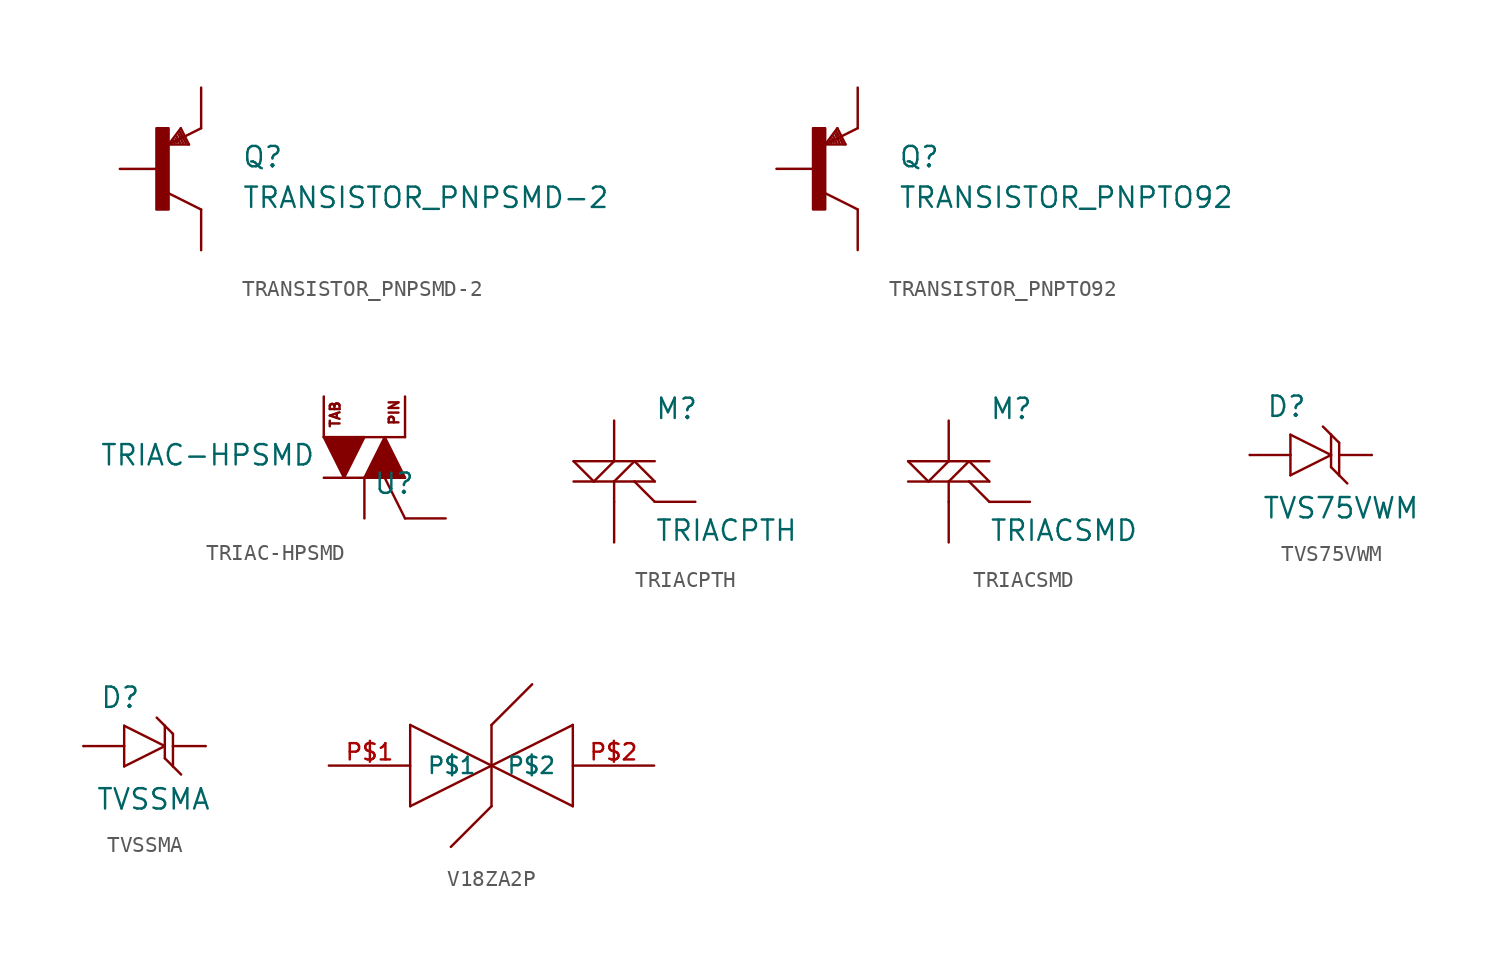
<source format=kicad_sym>
(kicad_symbol_lib
  (version 20211014)
  (generator kicad_symbol_editor)
  (symbol "TRANSISTOR_PNPSMD-2"
    (pin_numbers hide)
    (pin_names
      (offset 1.016) hide)
    (property "Reference" "Q"
      (at 5.08 0 0)
      (effects (font (size 1.27 1.27)) (justify left bottom)))
    (property "Value" "TRANSISTOR_PNPSMD-2"
      (at 5.08 -2.54 0)
      (effects (font (size 1.27 1.27)) (justify left bottom)))
    (property "ki_locked" ""
      (at 0 0 0)
      (effects (font (size 1.27 1.27))))
    (symbol "TRANSISTOR_PNPSMD-2_1_0"
      (polyline (pts (xy 0.508 -1.524) (xy 2.54 -2.54)) (stroke (width 0) (type default) (color 0 0 0 0)) (fill (type none)))
      (polyline (pts (xy 0.508 1.524) (xy 1.27 2.54)) (stroke (width 0) (type default) (color 0 0 0 0)) (fill (type none)))
      (polyline (pts (xy 0.813 1.778) (xy 0.889 1.626)) (stroke (width 0) (type default) (color 0 0 0 0)) (fill (type none)))
      (polyline (pts (xy 0.94 1.88) (xy 1.041 1.651)) (stroke (width 0) (type default) (color 0 0 0 0)) (fill (type none)))
      (polyline (pts (xy 1.016 2.032) (xy 1.219 1.626)) (stroke (width 0) (type default) (color 0 0 0 0)) (fill (type none)))
      (polyline (pts (xy 1.143 2.159) (xy 1.397 1.626)) (stroke (width 0) (type default) (color 0 0 0 0)) (fill (type none)))
      (polyline (pts (xy 1.219 2.311) (xy 1.575 1.626)) (stroke (width 0) (type default) (color 0 0 0 0)) (fill (type none)))
      (polyline (pts (xy 1.27 2.54) (xy 1.778 1.524)) (stroke (width 0) (type default) (color 0 0 0 0)) (fill (type none)))
      (polyline (pts (xy 1.778 1.524) (xy 0.508 1.524)) (stroke (width 0) (type default) (color 0 0 0 0)) (fill (type none)))
      (polyline (pts (xy 2.54 2.54) (xy 0.508 1.524)) (stroke (width 0) (type default) (color 0 0 0 0)) (fill (type none))))
    (symbol "TRANSISTOR_PNPSMD-2_1_1"
      (rectangle (start -0.254 -2.54) (end 0.508 2.54) (stroke (width 0) (type default) (color 0 0 0 0)) (fill (type outline)))
      (pin passive line (at -2.54 0 0) (length 2.54) (name "B" (effects (font (size 1.016 1.016)))) (number "1" (effects (font (size 1.016 1.016)))))
      (pin passive line (at 2.54 -5.08 90) (length 2.54) (name "C" (effects (font (size 1.016 1.016)))) (number "2" (effects (font (size 1.016 1.016)))))
      (pin passive line (at 2.54 5.08 270) (length 2.54) (name "E" (effects (font (size 1.016 1.016)))) (number "3" (effects (font (size 1.016 1.016)))))))
  (symbol "TRANSISTOR_PNPTO92"
    (pin_numbers hide)
    (pin_names
      (offset 1.016) hide)
    (property "Reference" "Q"
      (at 5.08 0 0)
      (effects (font (size 1.27 1.27)) (justify left bottom)))
    (property "Value" "TRANSISTOR_PNPTO92"
      (at 5.08 -2.54 0)
      (effects (font (size 1.27 1.27)) (justify left bottom)))
    (property "ki_locked" ""
      (at 0 0 0)
      (effects (font (size 1.27 1.27))))
    (symbol "TRANSISTOR_PNPTO92_1_0"
      (polyline (pts (xy 0.508 -1.524) (xy 2.54 -2.54)) (stroke (width 0) (type default) (color 0 0 0 0)) (fill (type none)))
      (polyline (pts (xy 0.508 1.524) (xy 1.27 2.54)) (stroke (width 0) (type default) (color 0 0 0 0)) (fill (type none)))
      (polyline (pts (xy 0.813 1.778) (xy 0.889 1.626)) (stroke (width 0) (type default) (color 0 0 0 0)) (fill (type none)))
      (polyline (pts (xy 0.94 1.88) (xy 1.041 1.651)) (stroke (width 0) (type default) (color 0 0 0 0)) (fill (type none)))
      (polyline (pts (xy 1.016 2.032) (xy 1.219 1.626)) (stroke (width 0) (type default) (color 0 0 0 0)) (fill (type none)))
      (polyline (pts (xy 1.143 2.159) (xy 1.397 1.626)) (stroke (width 0) (type default) (color 0 0 0 0)) (fill (type none)))
      (polyline (pts (xy 1.219 2.311) (xy 1.575 1.626)) (stroke (width 0) (type default) (color 0 0 0 0)) (fill (type none)))
      (polyline (pts (xy 1.27 2.54) (xy 1.778 1.524)) (stroke (width 0) (type default) (color 0 0 0 0)) (fill (type none)))
      (polyline (pts (xy 1.778 1.524) (xy 0.508 1.524)) (stroke (width 0) (type default) (color 0 0 0 0)) (fill (type none)))
      (polyline (pts (xy 2.54 2.54) (xy 0.508 1.524)) (stroke (width 0) (type default) (color 0 0 0 0)) (fill (type none))))
    (symbol "TRANSISTOR_PNPTO92_1_1"
      (rectangle (start -0.254 -2.54) (end 0.508 2.54) (stroke (width 0) (type default) (color 0 0 0 0)) (fill (type outline)))
      (pin passive line (at 2.54 5.08 270) (length 2.54) (name "E" (effects (font (size 1.016 1.016)))) (number "1" (effects (font (size 1.016 1.016)))))
      (pin passive line (at -2.54 0 0) (length 2.54) (name "B" (effects (font (size 1.016 1.016)))) (number "2" (effects (font (size 1.016 1.016)))))
      (pin passive line (at 2.54 -5.08 90) (length 2.54) (name "C" (effects (font (size 1.016 1.016)))) (number "3" (effects (font (size 1.016 1.016)))))))
  (symbol "TRIAC-HPSMD"
    (pin_numbers hide)
    (pin_names
      (offset 1.016) hide)
    (property "Reference" "U"
      (at 3.175 0.381 0)
      (effects (font (size 1.27 1.27)) (justify right top)))
    (property "Value" "TRIAC-HPSMD"
      (at -3.048 2.159 0)
      (effects (font (size 1.27 1.27)) (justify right top)))
    (property "ki_locked" ""
      (at 0 0 0)
      (effects (font (size 1.27 1.27))))
    (symbol "TRIAC-HPSMD_1_0"
      (polyline (pts (xy -2.54 0) (xy 0 0)) (stroke (width 0) (type default) (color 0 0 0 0)) (fill (type none)))
      (polyline (pts (xy -2.54 2.54) (xy 0 2.54)) (stroke (width 0) (type default) (color 0 0 0 0)) (fill (type none)))
      (polyline (pts (xy 0 0) (xy 1.27 0)) (stroke (width 0) (type default) (color 0 0 0 0)) (fill (type none)))
      (polyline (pts (xy 0 2.54) (xy 2.54 2.54)) (stroke (width 0) (type default) (color 0 0 0 0)) (fill (type none)))
      (polyline (pts (xy 1.27 0) (xy 2.54 0)) (stroke (width 0) (type default) (color 0 0 0 0)) (fill (type none)))
      (polyline (pts (xy 2.54 -2.54) (xy 1.27 0)) (stroke (width 0) (type default) (color 0 0 0 0)) (fill (type none)))
      (text "PIN" (at 1.854 4.089 900) (effects (font (size 0.61 0.61))))
      (text "TAB" (at -1.829 3.962 900) (effects (font (size 0.61 0.61)))))
    (symbol "TRIAC-HPSMD_1_1"
      (polyline (pts (xy -2.54 2.54) (xy 0 2.54) (xy 0 2.54) (xy -1.27 0) (xy -1.27 0) (xy -2.54 2.54)) (stroke (width 0) (type default) (color 0 0 0 0)) (fill (type outline)))
      (polyline (pts (xy 0 0) (xy 2.54 0) (xy 2.54 0) (xy 1.27 2.54) (xy 1.27 2.54) (xy 0 0)) (stroke (width 0) (type default) (color 0 0 0 0)) (fill (type outline)))
      (pin bidirectional line (at 0 -2.54 90) (length 2.54) (name "T1" (effects (font (size 1.016 1.016)))) (number "1" (effects (font (size 1.016 1.016)))))
      (pin passive line (at 2.54 5.08 270) (length 2.54) (name "T2" (effects (font (size 1.016 1.016)))) (number "2" (effects (font (size 1.016 1.016)))))
      (pin bidirectional line (at 5.08 -2.54 180) (length 2.54) (name "G" (effects (font (size 1.016 1.016)))) (number "3" (effects (font (size 1.016 1.016)))))
      (pin passive line (at -2.54 5.08 270) (length 2.54) (name "T2" (effects (font (size 1.016 1.016)))) (number "4" (effects (font (size 1.016 1.016)))))))
  (symbol "TRIACPTH"
    (pin_numbers hide)
    (pin_names
      (offset 1.016) hide)
    (property "Reference" "M"
      (at 2.54 2.54 0)
      (effects (font (size 1.27 1.27)) (justify left bottom)))
    (property "Value" "TRIACPTH"
      (at 2.54 -5.08 0)
      (effects (font (size 1.27 1.27)) (justify left bottom)))
    (property "ki_locked" ""
      (at 0 0 0)
      (effects (font (size 1.27 1.27))))
    (symbol "TRIACPTH_1_0"
      (polyline (pts (xy -2.54 -1.27) (xy -1.27 -1.27)) (stroke (width 0) (type default) (color 0 0 0 0)) (fill (type none)))
      (polyline (pts (xy -2.54 0) (xy 0 0)) (stroke (width 0) (type default) (color 0 0 0 0)) (fill (type none)))
      (polyline (pts (xy -1.27 -1.27) (xy -2.54 0)) (stroke (width 0) (type default) (color 0 0 0 0)) (fill (type none)))
      (polyline (pts (xy -1.27 -1.27) (xy 0 -1.27)) (stroke (width 0) (type default) (color 0 0 0 0)) (fill (type none)))
      (polyline (pts (xy -1.27 -1.27) (xy 0 0)) (stroke (width 0) (type default) (color 0 0 0 0)) (fill (type none)))
      (polyline (pts (xy 0 -1.27) (xy 0 -2.54)) (stroke (width 0) (type default) (color 0 0 0 0)) (fill (type none)))
      (polyline (pts (xy 0 -1.27) (xy 1.27 -1.27)) (stroke (width 0) (type default) (color 0 0 0 0)) (fill (type none)))
      (polyline (pts (xy 0 -1.27) (xy 1.27 0)) (stroke (width 0) (type default) (color 0 0 0 0)) (fill (type none)))
      (polyline (pts (xy 0 0) (xy 1.27 0)) (stroke (width 0) (type default) (color 0 0 0 0)) (fill (type none)))
      (polyline (pts (xy 1.27 -1.27) (xy 2.54 -1.27)) (stroke (width 0) (type default) (color 0 0 0 0)) (fill (type none)))
      (polyline (pts (xy 1.27 0) (xy 2.54 -1.27)) (stroke (width 0) (type default) (color 0 0 0 0)) (fill (type none)))
      (polyline (pts (xy 1.27 0) (xy 2.54 0)) (stroke (width 0) (type default) (color 0 0 0 0)) (fill (type none)))
      (polyline (pts (xy 2.54 -2.54) (xy 1.27 -1.27)) (stroke (width 0) (type default) (color 0 0 0 0)) (fill (type none))))
    (symbol "TRIACPTH_1_1"
      (pin bidirectional line (at 0 -5.08 90) (length 2.54) (name "M1" (effects (font (size 1.016 1.016)))) (number "1" (effects (font (size 1.016 1.016)))))
      (pin bidirectional line (at 5.08 -2.54 180) (length 2.54) (name "G" (effects (font (size 1.016 1.016)))) (number "2" (effects (font (size 1.016 1.016)))))
      (pin bidirectional line (at 0 2.54 270) (length 2.54) (name "M2" (effects (font (size 1.016 1.016)))) (number "3" (effects (font (size 1.016 1.016)))))))
  (symbol "TRIACSMD"
    (pin_numbers hide)
    (pin_names
      (offset 1.016) hide)
    (property "Reference" "M"
      (at 2.54 2.54 0)
      (effects (font (size 1.27 1.27)) (justify left bottom)))
    (property "Value" "TRIACSMD"
      (at 2.54 -5.08 0)
      (effects (font (size 1.27 1.27)) (justify left bottom)))
    (property "ki_locked" ""
      (at 0 0 0)
      (effects (font (size 1.27 1.27))))
    (symbol "TRIACSMD_1_0"
      (polyline (pts (xy -2.54 -1.27) (xy -1.27 -1.27)) (stroke (width 0) (type default) (color 0 0 0 0)) (fill (type none)))
      (polyline (pts (xy -2.54 0) (xy 0 0)) (stroke (width 0) (type default) (color 0 0 0 0)) (fill (type none)))
      (polyline (pts (xy -1.27 -1.27) (xy -2.54 0)) (stroke (width 0) (type default) (color 0 0 0 0)) (fill (type none)))
      (polyline (pts (xy -1.27 -1.27) (xy 0 -1.27)) (stroke (width 0) (type default) (color 0 0 0 0)) (fill (type none)))
      (polyline (pts (xy -1.27 -1.27) (xy 0 0)) (stroke (width 0) (type default) (color 0 0 0 0)) (fill (type none)))
      (polyline (pts (xy 0 -1.27) (xy 0 -2.54)) (stroke (width 0) (type default) (color 0 0 0 0)) (fill (type none)))
      (polyline (pts (xy 0 -1.27) (xy 1.27 -1.27)) (stroke (width 0) (type default) (color 0 0 0 0)) (fill (type none)))
      (polyline (pts (xy 0 -1.27) (xy 1.27 0)) (stroke (width 0) (type default) (color 0 0 0 0)) (fill (type none)))
      (polyline (pts (xy 0 0) (xy 1.27 0)) (stroke (width 0) (type default) (color 0 0 0 0)) (fill (type none)))
      (polyline (pts (xy 1.27 -1.27) (xy 2.54 -1.27)) (stroke (width 0) (type default) (color 0 0 0 0)) (fill (type none)))
      (polyline (pts (xy 1.27 0) (xy 2.54 -1.27)) (stroke (width 0) (type default) (color 0 0 0 0)) (fill (type none)))
      (polyline (pts (xy 1.27 0) (xy 2.54 0)) (stroke (width 0) (type default) (color 0 0 0 0)) (fill (type none)))
      (polyline (pts (xy 2.54 -2.54) (xy 1.27 -1.27)) (stroke (width 0) (type default) (color 0 0 0 0)) (fill (type none))))
    (symbol "TRIACSMD_1_1"
      (pin bidirectional line (at 0 -5.08 90) (length 2.54) (name "M1" (effects (font (size 1.016 1.016)))) (number "1" (effects (font (size 1.016 1.016)))))
      (pin bidirectional line (at 0 2.54 270) (length 2.54) (name "M2" (effects (font (size 1.016 1.016)))) (number "2" (effects (font (size 1.016 1.016)))))
      (pin bidirectional line (at 5.08 -2.54 180) (length 2.54) (name "G" (effects (font (size 1.016 1.016)))) (number "3" (effects (font (size 1.016 1.016)))))))
  (symbol "TVS75VWM"
    (pin_numbers hide)
    (pin_names
      (offset 1.016) hide)
    (property "Reference" "D"
      (at -1.524 2.286 0)
      (effects (font (size 1.27 1.27)) (justify left bottom)))
    (property "Value" "TVS75VWM"
      (at -1.778 -4.064 0)
      (effects (font (size 1.27 1.27)) (justify left bottom)))
    (property "ki_locked" ""
      (at 0 0 0)
      (effects (font (size 1.27 1.27))))
    (symbol "TVS75VWM_1_0"
      (polyline (pts (xy -2.54 0) (xy 0 0)) (stroke (width 0) (type default) (color 0 0 0 0)) (fill (type none)))
      (polyline (pts (xy 0 -1.27) (xy 2.54 0)) (stroke (width 0) (type default) (color 0 0 0 0)) (fill (type none)))
      (polyline (pts (xy 0 0) (xy 0 -1.27)) (stroke (width 0) (type default) (color 0 0 0 0)) (fill (type none)))
      (polyline (pts (xy 0 1.27) (xy 0 0)) (stroke (width 0) (type default) (color 0 0 0 0)) (fill (type none)))
      (polyline (pts (xy 2.032 1.778) (xy 2.54 1.27)) (stroke (width 0) (type default) (color 0 0 0 0)) (fill (type none)))
      (polyline (pts (xy 2.54 0) (xy 0 1.27)) (stroke (width 0) (type default) (color 0 0 0 0)) (fill (type none)))
      (polyline (pts (xy 2.54 0) (xy 2.54 -0.762)) (stroke (width 0) (type default) (color 0 0 0 0)) (fill (type none)))
      (polyline (pts (xy 2.54 1.27) (xy 2.54 0)) (stroke (width 0) (type default) (color 0 0 0 0)) (fill (type none)))
      (polyline (pts (xy 2.54 1.27) (xy 3.048 0.762)) (stroke (width 0) (type default) (color 0 0 0 0)) (fill (type none)))
      (polyline (pts (xy 3.048 -1.27) (xy 2.54 -0.762)) (stroke (width 0) (type default) (color 0 0 0 0)) (fill (type none)))
      (polyline (pts (xy 3.048 -1.27) (xy 3.556 -1.778)) (stroke (width 0) (type default) (color 0 0 0 0)) (fill (type none)))
      (polyline (pts (xy 3.048 0) (xy 3.048 -1.27)) (stroke (width 0) (type default) (color 0 0 0 0)) (fill (type none)))
      (polyline (pts (xy 3.048 0) (xy 5.08 0)) (stroke (width 0) (type default) (color 0 0 0 0)) (fill (type none)))
      (polyline (pts (xy 3.048 0.762) (xy 3.048 0)) (stroke (width 0) (type default) (color 0 0 0 0)) (fill (type none))))
    (symbol "TVS75VWM_1_1"
      (pin passive line (at -2.54 0 0) (length 0) (name "A" (effects (font (size 1.016 1.016)))) (number "A" (effects (font (size 1.016 1.016)))))
      (pin passive line (at 5.08 0 180) (length 0) (name "C" (effects (font (size 1.016 1.016)))) (number "C" (effects (font (size 1.016 1.016)))))))
  (symbol "TVSSMA"
    (pin_numbers hide)
    (pin_names
      (offset 1.016) hide)
    (property "Reference" "D"
      (at -1.524 2.286 0)
      (effects (font (size 1.27 1.27)) (justify left bottom)))
    (property "Value" "TVSSMA"
      (at -1.778 -4.064 0)
      (effects (font (size 1.27 1.27)) (justify left bottom)))
    (property "ki_locked" ""
      (at 0 0 0)
      (effects (font (size 1.27 1.27))))
    (symbol "TVSSMA_1_0"
      (polyline (pts (xy -2.54 0) (xy 0 0)) (stroke (width 0) (type default) (color 0 0 0 0)) (fill (type none)))
      (polyline (pts (xy 0 -1.27) (xy 2.54 0)) (stroke (width 0) (type default) (color 0 0 0 0)) (fill (type none)))
      (polyline (pts (xy 0 0) (xy 0 -1.27)) (stroke (width 0) (type default) (color 0 0 0 0)) (fill (type none)))
      (polyline (pts (xy 0 1.27) (xy 0 0)) (stroke (width 0) (type default) (color 0 0 0 0)) (fill (type none)))
      (polyline (pts (xy 2.032 1.778) (xy 2.54 1.27)) (stroke (width 0) (type default) (color 0 0 0 0)) (fill (type none)))
      (polyline (pts (xy 2.54 0) (xy 0 1.27)) (stroke (width 0) (type default) (color 0 0 0 0)) (fill (type none)))
      (polyline (pts (xy 2.54 0) (xy 2.54 -0.762)) (stroke (width 0) (type default) (color 0 0 0 0)) (fill (type none)))
      (polyline (pts (xy 2.54 1.27) (xy 2.54 0)) (stroke (width 0) (type default) (color 0 0 0 0)) (fill (type none)))
      (polyline (pts (xy 2.54 1.27) (xy 3.048 0.762)) (stroke (width 0) (type default) (color 0 0 0 0)) (fill (type none)))
      (polyline (pts (xy 3.048 -1.27) (xy 2.54 -0.762)) (stroke (width 0) (type default) (color 0 0 0 0)) (fill (type none)))
      (polyline (pts (xy 3.048 -1.27) (xy 3.556 -1.778)) (stroke (width 0) (type default) (color 0 0 0 0)) (fill (type none)))
      (polyline (pts (xy 3.048 0) (xy 3.048 -1.27)) (stroke (width 0) (type default) (color 0 0 0 0)) (fill (type none)))
      (polyline (pts (xy 3.048 0) (xy 5.08 0)) (stroke (width 0) (type default) (color 0 0 0 0)) (fill (type none)))
      (polyline (pts (xy 3.048 0.762) (xy 3.048 0)) (stroke (width 0) (type default) (color 0 0 0 0)) (fill (type none))))
    (symbol "TVSSMA_1_1"
      (pin passive line (at -2.54 0 0) (length 0) (name "A" (effects (font (size 1.016 1.016)))) (number "A" (effects (font (size 1.016 1.016)))))
      (pin passive line (at 5.08 0 180) (length 0) (name "C" (effects (font (size 1.016 1.016)))) (number "C" (effects (font (size 1.016 1.016)))))))
  (symbol "V18ZA2P"
    (pin_names
      (offset 1.016))
    (property "Reference" "M"
      (at 0 0 0)
      (effects (font (size 1.27 1.27)) hide))
    (property "ki_locked" ""
      (at 0 0 0)
      (effects (font (size 1.27 1.27))))
    (symbol "V18ZA2P_1_0"
      (polyline (pts (xy -5.08 -2.54) (xy -5.08 2.54)) (stroke (width 0) (type default) (color 0 0 0 0)) (fill (type none)))
      (polyline (pts (xy -5.08 2.54) (xy 5.08 -2.54)) (stroke (width 0) (type default) (color 0 0 0 0)) (fill (type none)))
      (polyline (pts (xy 0 -2.54) (xy -2.54 -5.08)) (stroke (width 0) (type default) (color 0 0 0 0)) (fill (type none)))
      (polyline (pts (xy 0 2.54) (xy 0 -2.54)) (stroke (width 0) (type default) (color 0 0 0 0)) (fill (type none)))
      (polyline (pts (xy 2.54 5.08) (xy 0 2.54)) (stroke (width 0) (type default) (color 0 0 0 0)) (fill (type none)))
      (polyline (pts (xy 5.08 -2.54) (xy 5.08 2.54)) (stroke (width 0) (type default) (color 0 0 0 0)) (fill (type none)))
      (polyline (pts (xy 5.08 2.54) (xy -5.08 -2.54)) (stroke (width 0) (type default) (color 0 0 0 0)) (fill (type none))))
    (symbol "V18ZA2P_1_1"
      (pin bidirectional line (at -10.16 0 0) (length 5.08) (name "P$1" (effects (font (size 1.016 1.016)))) (number "P$1" (effects (font (size 1.016 1.016)))))
      (pin bidirectional line (at 10.16 0 180) (length 5.08) (name "P$2" (effects (font (size 1.016 1.016)))) (number "P$2" (effects (font (size 1.016 1.016))))))))
</source>
